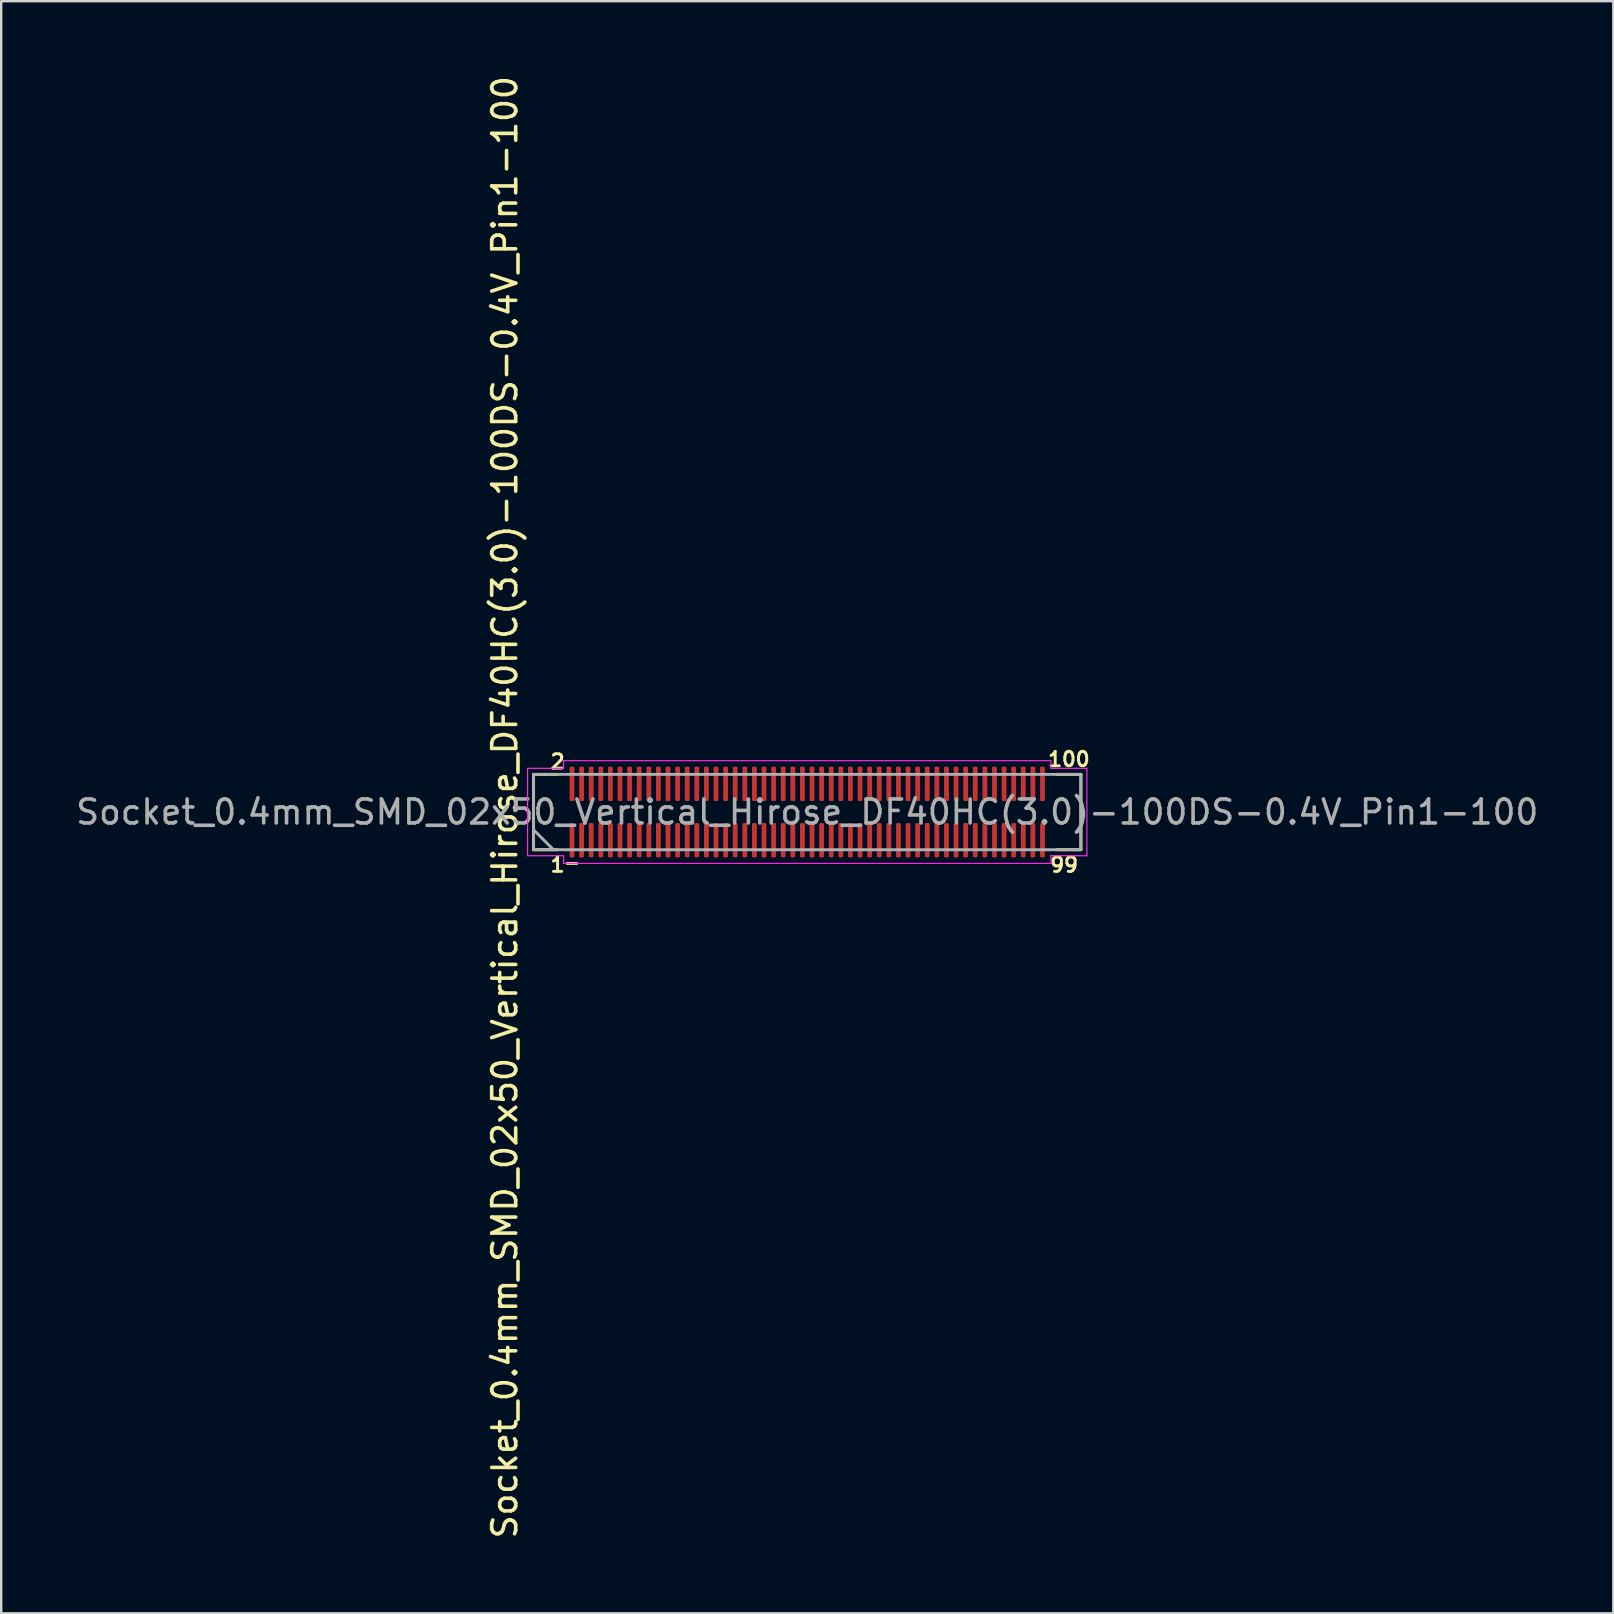
<source format=kicad_pcb>
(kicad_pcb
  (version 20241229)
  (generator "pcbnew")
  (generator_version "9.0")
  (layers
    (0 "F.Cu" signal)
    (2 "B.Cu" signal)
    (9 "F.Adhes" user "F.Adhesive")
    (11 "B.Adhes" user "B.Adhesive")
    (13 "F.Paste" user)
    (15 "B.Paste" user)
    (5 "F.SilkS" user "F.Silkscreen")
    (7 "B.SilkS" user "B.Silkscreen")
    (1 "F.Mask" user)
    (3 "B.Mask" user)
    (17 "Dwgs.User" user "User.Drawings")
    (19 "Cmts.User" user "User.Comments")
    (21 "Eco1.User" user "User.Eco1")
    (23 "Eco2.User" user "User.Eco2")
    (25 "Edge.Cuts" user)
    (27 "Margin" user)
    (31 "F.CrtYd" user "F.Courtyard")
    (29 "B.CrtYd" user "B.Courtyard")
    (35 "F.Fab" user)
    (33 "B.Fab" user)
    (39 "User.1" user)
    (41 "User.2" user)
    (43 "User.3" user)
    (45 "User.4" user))
  (footprint "Socket_0.4mm_SMD_02x50_Vertical_Hirose_DF40HC(3.0)-100DS-0.4V_Pin1-100"
    (layer "F.Cu")
    (at 30.577 30.777)
    (property "Reference" "Socket_0.4mm_SMD_02x50_Vertical_Hirose_DF40HC(3.0)-100DS-0.4V_Pin1-100" (at -12.6 -0.2 270) (layer "F.SilkS") (effects (font (size 1 1) (thickness 0.15))))
    (attr smd)
    (fp_line (start -11.4 -1.57) (end -11.4 1.57) (stroke (width 0.12) (type solid)) (layer "F.SilkS"))
    (fp_line (start -11.4 -1.57) (end -10.4 -1.57) (stroke (width 0.12) (type solid)) (layer "F.SilkS"))
    (fp_line (start -11.4 1.57) (end -10.4 1.57) (stroke (width 0.12) (type solid)) (layer "F.SilkS"))
    (fp_line (start -10 2.14) (end -9.6 2.14) (stroke (width 0.12) (type default)) (layer "F.SilkS"))
    (fp_line (start 11.4 -1.57) (end 10.4 -1.57) (stroke (width 0.12) (type solid)) (layer "F.SilkS"))
    (fp_line (start 11.4 1.57) (end 10.4 1.57) (stroke (width 0.12) (type solid)) (layer "F.SilkS"))
    (fp_line (start 11.4 1.57) (end 11.4 -1.57) (stroke (width 0.12) (type solid)) (layer "F.SilkS"))
    (fp_line (start -11.65 -1.82) (end -11.65 1.82) (stroke (width 0.05) (type default)) (layer "F.CrtYd"))
    (fp_line (start -11.65 1.82) (end -10.15 1.82) (stroke (width 0.05) (type default)) (layer "F.CrtYd"))
    (fp_line (start -10.15 -2.14) (end -10.15 -1.82) (stroke (width 0.05) (type default)) (layer "F.CrtYd"))
    (fp_line (start -10.15 -1.82) (end -11.65 -1.82) (stroke (width 0.05) (type default)) (layer "F.CrtYd"))
    (fp_line (start -10.15 1.82) (end -10.15 2.14) (stroke (width 0.05) (type default)) (layer "F.CrtYd"))
    (fp_line (start -10.15 2.14) (end 10.15 2.14) (stroke (width 0.05) (type default)) (layer "F.CrtYd"))
    (fp_line (start 10.15 -2.14) (end -10.15 -2.14) (stroke (width 0.05) (type default)) (layer "F.CrtYd"))
    (fp_line (start 10.15 -1.82) (end 10.15 -2.14) (stroke (width 0.05) (type default)) (layer "F.CrtYd"))
    (fp_line (start 10.15 1.82) (end 11.65 1.82) (stroke (width 0.05) (type default)) (layer "F.CrtYd"))
    (fp_line (start 10.15 2.14) (end 10.15 1.82) (stroke (width 0.05) (type default)) (layer "F.CrtYd"))
    (fp_line (start 11.65 -1.82) (end 10.15 -1.82) (stroke (width 0.05) (type default)) (layer "F.CrtYd"))
    (fp_line (start 11.65 1.82) (end 11.65 -1.82) (stroke (width 0.05) (type default)) (layer "F.CrtYd"))
    (fp_line (start -10.57 1.57) (end -11.4 0.74) (stroke (width 0.12) (type default)) (layer "F.Fab"))
    (fp_rect (start -11.4 1.57) (end 11.4 -1.57) (stroke (width 0.12) (type default)) (fill no) (layer "F.Fab"))
    (fp_text user "100" (at 10.9 -2.2 0) (layer "F.SilkS") (effects (font (size 0.6 0.6) (thickness 0.12))))
    (fp_text user "2" (at -10.4 -2.1 0) (layer "F.SilkS") (effects (font (size 0.6 0.6) (thickness 0.12))))
    (fp_text user "1" (at -10.4 2.2 180) (layer "F.SilkS") (effects (font (size 0.6 0.6) (thickness 0.12))))
    (fp_text user "99" (at 10.7 2.2 0) (layer "F.SilkS") (effects (font (size 0.6 0.6) (thickness 0.12))))
    (fp_text user "${REFERENCE}" (at 0 0 0) (layer "F.Fab") (effects (font (size 1 1) (thickness 0.15))))
    (pad "" smd roundrect (at -9.8 -1.54) (size 0.2 0.7) (layers "F.Mask") (roundrect_rratio 0.25))
    (pad "" smd roundrect (at -9.8 -1.54) (size 0.2 0.7) (layers "F.Paste") (roundrect_rratio 0.25))
    (pad "" smd roundrect (at -9.8 1.54) (size 0.2 0.7) (layers "F.Mask") (roundrect_rratio 0.25))
    (pad "" smd roundrect (at -9.8 1.54) (size 0.2 0.7) (layers "F.Paste") (roundrect_rratio 0.25))
    (pad "" smd roundrect (at -9.4 -1.54) (size 0.2 0.7) (layers "F.Mask") (roundrect_rratio 0.25))
    (pad "" smd roundrect (at -9.4 -1.54) (size 0.2 0.7) (layers "F.Paste") (roundrect_rratio 0.25))
    (pad "" smd roundrect (at -9.4 1.54) (size 0.2 0.7) (layers "F.Mask") (roundrect_rratio 0.25))
    (pad "" smd roundrect (at -9.4 1.54) (size 0.2 0.7) (layers "F.Paste") (roundrect_rratio 0.25))
    (pad "" smd roundrect (at -9 -1.54) (size 0.2 0.7) (layers "F.Mask") (roundrect_rratio 0.25))
    (pad "" smd roundrect (at -9 -1.54) (size 0.2 0.7) (layers "F.Paste") (roundrect_rratio 0.25))
    (pad "" smd roundrect (at -9 1.54) (size 0.2 0.7) (layers "F.Mask") (roundrect_rratio 0.25))
    (pad "" smd roundrect (at -9 1.54) (size 0.2 0.7) (layers "F.Paste") (roundrect_rratio 0.25))
    (pad "" smd roundrect (at -8.6 -1.54) (size 0.2 0.7) (layers "F.Mask") (roundrect_rratio 0.25))
    (pad "" smd roundrect (at -8.6 -1.54) (size 0.2 0.7) (layers "F.Paste") (roundrect_rratio 0.25))
    (pad "" smd roundrect (at -8.6 1.54) (size 0.2 0.7) (layers "F.Mask") (roundrect_rratio 0.25))
    (pad "" smd roundrect (at -8.6 1.54) (size 0.2 0.7) (layers "F.Paste") (roundrect_rratio 0.25))
    (pad "" smd roundrect (at -8.2 -1.54) (size 0.2 0.7) (layers "F.Mask") (roundrect_rratio 0.25))
    (pad "" smd roundrect (at -8.2 -1.54) (size 0.2 0.7) (layers "F.Paste") (roundrect_rratio 0.25))
    (pad "" smd roundrect (at -8.2 1.54) (size 0.2 0.7) (layers "F.Mask") (roundrect_rratio 0.25))
    (pad "" smd roundrect (at -8.2 1.54) (size 0.2 0.7) (layers "F.Paste") (roundrect_rratio 0.25))
    (pad "" smd roundrect (at -7.8 -1.54) (size 0.2 0.7) (layers "F.Mask") (roundrect_rratio 0.25))
    (pad "" smd roundrect (at -7.8 -1.54) (size 0.2 0.7) (layers "F.Paste") (roundrect_rratio 0.25))
    (pad "" smd roundrect (at -7.8 1.54) (size 0.2 0.7) (layers "F.Mask") (roundrect_rratio 0.25))
    (pad "" smd roundrect (at -7.8 1.54) (size 0.2 0.7) (layers "F.Paste") (roundrect_rratio 0.25))
    (pad "" smd roundrect (at -7.4 -1.54) (size 0.2 0.7) (layers "F.Mask") (roundrect_rratio 0.25))
    (pad "" smd roundrect (at -7.4 -1.54) (size 0.2 0.7) (layers "F.Paste") (roundrect_rratio 0.25))
    (pad "" smd roundrect (at -7.4 1.54) (size 0.2 0.7) (layers "F.Mask") (roundrect_rratio 0.25))
    (pad "" smd roundrect (at -7.4 1.54) (size 0.2 0.7) (layers "F.Paste") (roundrect_rratio 0.25))
    (pad "" smd roundrect (at -7 -1.54) (size 0.2 0.7) (layers "F.Mask") (roundrect_rratio 0.25))
    (pad "" smd roundrect (at -7 -1.54) (size 0.2 0.7) (layers "F.Paste") (roundrect_rratio 0.25))
    (pad "" smd roundrect (at -7 1.54) (size 0.2 0.7) (layers "F.Mask") (roundrect_rratio 0.25))
    (pad "" smd roundrect (at -7 1.54) (size 0.2 0.7) (layers "F.Paste") (roundrect_rratio 0.25))
    (pad "" smd roundrect (at -6.6 -1.54) (size 0.2 0.7) (layers "F.Mask") (roundrect_rratio 0.25))
    (pad "" smd roundrect (at -6.6 -1.54) (size 0.2 0.7) (layers "F.Paste") (roundrect_rratio 0.25))
    (pad "" smd roundrect (at -6.6 1.54) (size 0.2 0.7) (layers "F.Mask") (roundrect_rratio 0.25))
    (pad "" smd roundrect (at -6.6 1.54) (size 0.2 0.7) (layers "F.Paste") (roundrect_rratio 0.25))
    (pad "" smd roundrect (at -6.2 -1.54) (size 0.2 0.7) (layers "F.Mask") (roundrect_rratio 0.25))
    (pad "" smd roundrect (at -6.2 -1.54) (size 0.2 0.7) (layers "F.Paste") (roundrect_rratio 0.25))
    (pad "" smd roundrect (at -6.2 1.54) (size 0.2 0.7) (layers "F.Mask") (roundrect_rratio 0.25))
    (pad "" smd roundrect (at -6.2 1.54) (size 0.2 0.7) (layers "F.Paste") (roundrect_rratio 0.25))
    (pad "" smd roundrect (at -5.8 -1.54) (size 0.2 0.7) (layers "F.Mask") (roundrect_rratio 0.25))
    (pad "" smd roundrect (at -5.8 -1.54) (size 0.2 0.7) (layers "F.Paste") (roundrect_rratio 0.25))
    (pad "" smd roundrect (at -5.8 1.54) (size 0.2 0.7) (layers "F.Mask") (roundrect_rratio 0.25))
    (pad "" smd roundrect (at -5.8 1.54) (size 0.2 0.7) (layers "F.Paste") (roundrect_rratio 0.25))
    (pad "" smd roundrect (at -5.4 -1.54) (size 0.2 0.7) (layers "F.Mask") (roundrect_rratio 0.25))
    (pad "" smd roundrect (at -5.4 -1.54) (size 0.2 0.7) (layers "F.Paste") (roundrect_rratio 0.25))
    (pad "" smd roundrect (at -5.4 1.54) (size 0.2 0.7) (layers "F.Mask") (roundrect_rratio 0.25))
    (pad "" smd roundrect (at -5.4 1.54) (size 0.2 0.7) (layers "F.Paste") (roundrect_rratio 0.25))
    (pad "" smd roundrect (at -5 -1.54) (size 0.2 0.7) (layers "F.Mask") (roundrect_rratio 0.25))
    (pad "" smd roundrect (at -5 -1.54) (size 0.2 0.7) (layers "F.Paste") (roundrect_rratio 0.25))
    (pad "" smd roundrect (at -5 1.54) (size 0.2 0.7) (layers "F.Mask") (roundrect_rratio 0.25))
    (pad "" smd roundrect (at -5 1.54) (size 0.2 0.7) (layers "F.Paste") (roundrect_rratio 0.25))
    (pad "" smd roundrect (at -4.6 -1.54) (size 0.2 0.7) (layers "F.Mask") (roundrect_rratio 0.25))
    (pad "" smd roundrect (at -4.6 -1.54) (size 0.2 0.7) (layers "F.Paste") (roundrect_rratio 0.25))
    (pad "" smd roundrect (at -4.6 1.54) (size 0.2 0.7) (layers "F.Mask") (roundrect_rratio 0.25))
    (pad "" smd roundrect (at -4.6 1.54) (size 0.2 0.7) (layers "F.Paste") (roundrect_rratio 0.25))
    (pad "" smd roundrect (at -4.2 -1.54) (size 0.2 0.7) (layers "F.Mask") (roundrect_rratio 0.25))
    (pad "" smd roundrect (at -4.2 -1.54) (size 0.2 0.7) (layers "F.Paste") (roundrect_rratio 0.25))
    (pad "" smd roundrect (at -4.2 1.54) (size 0.2 0.7) (layers "F.Mask") (roundrect_rratio 0.25))
    (pad "" smd roundrect (at -4.2 1.54) (size 0.2 0.7) (layers "F.Paste") (roundrect_rratio 0.25))
    (pad "" smd roundrect (at -3.8 -1.54) (size 0.2 0.7) (layers "F.Mask") (roundrect_rratio 0.25))
    (pad "" smd roundrect (at -3.8 -1.54) (size 0.2 0.7) (layers "F.Paste") (roundrect_rratio 0.25))
    (pad "" smd roundrect (at -3.8 1.54) (size 0.2 0.7) (layers "F.Mask") (roundrect_rratio 0.25))
    (pad "" smd roundrect (at -3.8 1.54) (size 0.2 0.7) (layers "F.Paste") (roundrect_rratio 0.25))
    (pad "" smd roundrect (at -3.4 -1.54) (size 0.2 0.7) (layers "F.Mask") (roundrect_rratio 0.25))
    (pad "" smd roundrect (at -3.4 -1.54) (size 0.2 0.7) (layers "F.Paste") (roundrect_rratio 0.25))
    (pad "" smd roundrect (at -3.4 1.54) (size 0.2 0.7) (layers "F.Mask") (roundrect_rratio 0.25))
    (pad "" smd roundrect (at -3.4 1.54) (size 0.2 0.7) (layers "F.Paste") (roundrect_rratio 0.25))
    (pad "" smd roundrect (at -3 -1.54) (size 0.2 0.7) (layers "F.Mask") (roundrect_rratio 0.25))
    (pad "" smd roundrect (at -3 -1.54) (size 0.2 0.7) (layers "F.Paste") (roundrect_rratio 0.25))
    (pad "" smd roundrect (at -3 1.54) (size 0.2 0.7) (layers "F.Mask") (roundrect_rratio 0.25))
    (pad "" smd roundrect (at -3 1.54) (size 0.2 0.7) (layers "F.Paste") (roundrect_rratio 0.25))
    (pad "" smd roundrect (at -2.6 -1.54) (size 0.2 0.7) (layers "F.Mask") (roundrect_rratio 0.25))
    (pad "" smd roundrect (at -2.6 -1.54) (size 0.2 0.7) (layers "F.Paste") (roundrect_rratio 0.25))
    (pad "" smd roundrect (at -2.6 1.54) (size 0.2 0.7) (layers "F.Mask") (roundrect_rratio 0.25))
    (pad "" smd roundrect (at -2.6 1.54) (size 0.2 0.7) (layers "F.Paste") (roundrect_rratio 0.25))
    (pad "" smd roundrect (at -2.2 -1.54) (size 0.2 0.7) (layers "F.Mask") (roundrect_rratio 0.25))
    (pad "" smd roundrect (at -2.2 -1.54) (size 0.2 0.7) (layers "F.Paste") (roundrect_rratio 0.25))
    (pad "" smd roundrect (at -2.2 1.54) (size 0.2 0.7) (layers "F.Mask") (roundrect_rratio 0.25))
    (pad "" smd roundrect (at -2.2 1.54) (size 0.2 0.7) (layers "F.Paste") (roundrect_rratio 0.25))
    (pad "" smd roundrect (at -1.8 -1.54) (size 0.2 0.7) (layers "F.Mask") (roundrect_rratio 0.25))
    (pad "" smd roundrect (at -1.8 -1.54) (size 0.2 0.7) (layers "F.Paste") (roundrect_rratio 0.25))
    (pad "" smd roundrect (at -1.8 1.54) (size 0.2 0.7) (layers "F.Mask") (roundrect_rratio 0.25))
    (pad "" smd roundrect (at -1.8 1.54) (size 0.2 0.7) (layers "F.Paste") (roundrect_rratio 0.25))
    (pad "" smd roundrect (at -1.4 -1.54) (size 0.2 0.7) (layers "F.Mask") (roundrect_rratio 0.25))
    (pad "" smd roundrect (at -1.4 -1.54) (size 0.2 0.7) (layers "F.Paste") (roundrect_rratio 0.25))
    (pad "" smd roundrect (at -1.4 1.54) (size 0.2 0.7) (layers "F.Mask") (roundrect_rratio 0.25))
    (pad "" smd roundrect (at -1.4 1.54) (size 0.2 0.7) (layers "F.Paste") (roundrect_rratio 0.25))
    (pad "" smd roundrect (at -1 -1.54) (size 0.2 0.7) (layers "F.Mask") (roundrect_rratio 0.25))
    (pad "" smd roundrect (at -1 -1.54) (size 0.2 0.7) (layers "F.Paste") (roundrect_rratio 0.25))
    (pad "" smd roundrect (at -1 1.54) (size 0.2 0.7) (layers "F.Mask") (roundrect_rratio 0.25))
    (pad "" smd roundrect (at -1 1.54) (size 0.2 0.7) (layers "F.Paste") (roundrect_rratio 0.25))
    (pad "" smd roundrect (at -0.6 -1.54) (size 0.2 0.7) (layers "F.Mask") (roundrect_rratio 0.25))
    (pad "" smd roundrect (at -0.6 -1.54) (size 0.2 0.7) (layers "F.Paste") (roundrect_rratio 0.25))
    (pad "" smd roundrect (at -0.6 1.54) (size 0.2 0.7) (layers "F.Mask") (roundrect_rratio 0.25))
    (pad "" smd roundrect (at -0.6 1.54) (size 0.2 0.7) (layers "F.Paste") (roundrect_rratio 0.25))
    (pad "" smd roundrect (at -0.2 -1.54) (size 0.2 0.7) (layers "F.Mask") (roundrect_rratio 0.25))
    (pad "" smd roundrect (at -0.2 -1.54) (size 0.2 0.7) (layers "F.Paste") (roundrect_rratio 0.25))
    (pad "" smd roundrect (at -0.2 1.54) (size 0.2 0.7) (layers "F.Mask") (roundrect_rratio 0.25))
    (pad "" smd roundrect (at -0.2 1.54) (size 0.2 0.7) (layers "F.Paste") (roundrect_rratio 0.25))
    (pad "" smd roundrect (at 0.2 -1.54) (size 0.2 0.7) (layers "F.Mask") (roundrect_rratio 0.25))
    (pad "" smd roundrect (at 0.2 -1.54) (size 0.2 0.7) (layers "F.Paste") (roundrect_rratio 0.25))
    (pad "" smd roundrect (at 0.2 1.54) (size 0.2 0.7) (layers "F.Mask") (roundrect_rratio 0.25))
    (pad "" smd roundrect (at 0.2 1.54) (size 0.2 0.7) (layers "F.Paste") (roundrect_rratio 0.25))
    (pad "" smd roundrect (at 0.6 -1.54) (size 0.2 0.7) (layers "F.Mask") (roundrect_rratio 0.25))
    (pad "" smd roundrect (at 0.6 -1.54) (size 0.2 0.7) (layers "F.Paste") (roundrect_rratio 0.25))
    (pad "" smd roundrect (at 0.6 1.54) (size 0.2 0.7) (layers "F.Mask") (roundrect_rratio 0.25))
    (pad "" smd roundrect (at 0.6 1.54) (size 0.2 0.7) (layers "F.Paste") (roundrect_rratio 0.25))
    (pad "" smd roundrect (at 1 -1.54) (size 0.2 0.7) (layers "F.Mask") (roundrect_rratio 0.25))
    (pad "" smd roundrect (at 1 -1.54) (size 0.2 0.7) (layers "F.Paste") (roundrect_rratio 0.25))
    (pad "" smd roundrect (at 1 1.54) (size 0.2 0.7) (layers "F.Mask") (roundrect_rratio 0.25))
    (pad "" smd roundrect (at 1 1.54) (size 0.2 0.7) (layers "F.Paste") (roundrect_rratio 0.25))
    (pad "" smd roundrect (at 1.4 -1.54) (size 0.2 0.7) (layers "F.Mask") (roundrect_rratio 0.25))
    (pad "" smd roundrect (at 1.4 -1.54) (size 0.2 0.7) (layers "F.Paste") (roundrect_rratio 0.25))
    (pad "" smd roundrect (at 1.4 1.54) (size 0.2 0.7) (layers "F.Mask") (roundrect_rratio 0.25))
    (pad "" smd roundrect (at 1.4 1.54) (size 0.2 0.7) (layers "F.Paste") (roundrect_rratio 0.25))
    (pad "" smd roundrect (at 1.8 -1.54) (size 0.2 0.7) (layers "F.Mask") (roundrect_rratio 0.25))
    (pad "" smd roundrect (at 1.8 -1.54) (size 0.2 0.7) (layers "F.Paste") (roundrect_rratio 0.25))
    (pad "" smd roundrect (at 1.8 1.54) (size 0.2 0.7) (layers "F.Mask") (roundrect_rratio 0.25))
    (pad "" smd roundrect (at 1.8 1.54) (size 0.2 0.7) (layers "F.Paste") (roundrect_rratio 0.25))
    (pad "" smd roundrect (at 2.2 -1.54) (size 0.2 0.7) (layers "F.Mask") (roundrect_rratio 0.25))
    (pad "" smd roundrect (at 2.2 -1.54) (size 0.2 0.7) (layers "F.Paste") (roundrect_rratio 0.25))
    (pad "" smd roundrect (at 2.2 1.54) (size 0.2 0.7) (layers "F.Mask") (roundrect_rratio 0.25))
    (pad "" smd roundrect (at 2.2 1.54) (size 0.2 0.7) (layers "F.Paste") (roundrect_rratio 0.25))
    (pad "" smd roundrect (at 2.6 -1.54) (size 0.2 0.7) (layers "F.Mask") (roundrect_rratio 0.25))
    (pad "" smd roundrect (at 2.6 -1.54) (size 0.2 0.7) (layers "F.Paste") (roundrect_rratio 0.25))
    (pad "" smd roundrect (at 2.6 1.54) (size 0.2 0.7) (layers "F.Mask") (roundrect_rratio 0.25))
    (pad "" smd roundrect (at 2.6 1.54) (size 0.2 0.7) (layers "F.Paste") (roundrect_rratio 0.25))
    (pad "" smd roundrect (at 3 -1.54) (size 0.2 0.7) (layers "F.Mask") (roundrect_rratio 0.25))
    (pad "" smd roundrect (at 3 -1.54) (size 0.2 0.7) (layers "F.Paste") (roundrect_rratio 0.25))
    (pad "" smd roundrect (at 3 1.54) (size 0.2 0.7) (layers "F.Mask") (roundrect_rratio 0.25))
    (pad "" smd roundrect (at 3 1.54) (size 0.2 0.7) (layers "F.Paste") (roundrect_rratio 0.25))
    (pad "" smd roundrect (at 3.4 -1.54) (size 0.2 0.7) (layers "F.Mask") (roundrect_rratio 0.25))
    (pad "" smd roundrect (at 3.4 -1.54) (size 0.2 0.7) (layers "F.Paste") (roundrect_rratio 0.25))
    (pad "" smd roundrect (at 3.4 1.54) (size 0.2 0.7) (layers "F.Mask") (roundrect_rratio 0.25))
    (pad "" smd roundrect (at 3.4 1.54) (size 0.2 0.7) (layers "F.Paste") (roundrect_rratio 0.25))
    (pad "" smd roundrect (at 3.8 -1.54) (size 0.2 0.7) (layers "F.Mask") (roundrect_rratio 0.25))
    (pad "" smd roundrect (at 3.8 -1.54) (size 0.2 0.7) (layers "F.Paste") (roundrect_rratio 0.25))
    (pad "" smd roundrect (at 3.8 1.54) (size 0.2 0.7) (layers "F.Mask") (roundrect_rratio 0.25))
    (pad "" smd roundrect (at 3.8 1.54) (size 0.2 0.7) (layers "F.Paste") (roundrect_rratio 0.25))
    (pad "" smd roundrect (at 4.2 -1.54) (size 0.2 0.7) (layers "F.Mask") (roundrect_rratio 0.25))
    (pad "" smd roundrect (at 4.2 -1.54) (size 0.2 0.7) (layers "F.Paste") (roundrect_rratio 0.25))
    (pad "" smd roundrect (at 4.2 1.54) (size 0.2 0.7) (layers "F.Mask") (roundrect_rratio 0.25))
    (pad "" smd roundrect (at 4.2 1.54) (size 0.2 0.7) (layers "F.Paste") (roundrect_rratio 0.25))
    (pad "" smd roundrect (at 4.6 -1.54) (size 0.2 0.7) (layers "F.Mask") (roundrect_rratio 0.25))
    (pad "" smd roundrect (at 4.6 -1.54) (size 0.2 0.7) (layers "F.Paste") (roundrect_rratio 0.25))
    (pad "" smd roundrect (at 4.6 1.54) (size 0.2 0.7) (layers "F.Mask") (roundrect_rratio 0.25))
    (pad "" smd roundrect (at 4.6 1.54) (size 0.2 0.7) (layers "F.Paste") (roundrect_rratio 0.25))
    (pad "" smd roundrect (at 5 -1.54) (size 0.2 0.7) (layers "F.Mask") (roundrect_rratio 0.25))
    (pad "" smd roundrect (at 5 -1.54) (size 0.2 0.7) (layers "F.Paste") (roundrect_rratio 0.25))
    (pad "" smd roundrect (at 5 1.54) (size 0.2 0.7) (layers "F.Mask") (roundrect_rratio 0.25))
    (pad "" smd roundrect (at 5 1.54) (size 0.2 0.7) (layers "F.Paste") (roundrect_rratio 0.25))
    (pad "" smd roundrect (at 5.4 -1.54) (size 0.2 0.7) (layers "F.Mask") (roundrect_rratio 0.25))
    (pad "" smd roundrect (at 5.4 -1.54) (size 0.2 0.7) (layers "F.Paste") (roundrect_rratio 0.25))
    (pad "" smd roundrect (at 5.4 1.54) (size 0.2 0.7) (layers "F.Mask") (roundrect_rratio 0.25))
    (pad "" smd roundrect (at 5.4 1.54) (size 0.2 0.7) (layers "F.Paste") (roundrect_rratio 0.25))
    (pad "" smd roundrect (at 5.8 -1.54) (size 0.2 0.7) (layers "F.Mask") (roundrect_rratio 0.25))
    (pad "" smd roundrect (at 5.8 -1.54) (size 0.2 0.7) (layers "F.Paste") (roundrect_rratio 0.25))
    (pad "" smd roundrect (at 5.8 1.54) (size 0.2 0.7) (layers "F.Mask") (roundrect_rratio 0.25))
    (pad "" smd roundrect (at 5.8 1.54) (size 0.2 0.7) (layers "F.Paste") (roundrect_rratio 0.25))
    (pad "" smd roundrect (at 6.2 -1.54) (size 0.2 0.7) (layers "F.Mask") (roundrect_rratio 0.25))
    (pad "" smd roundrect (at 6.2 -1.54) (size 0.2 0.7) (layers "F.Paste") (roundrect_rratio 0.25))
    (pad "" smd roundrect (at 6.2 1.54) (size 0.2 0.7) (layers "F.Mask") (roundrect_rratio 0.25))
    (pad "" smd roundrect (at 6.2 1.54) (size 0.2 0.7) (layers "F.Paste") (roundrect_rratio 0.25))
    (pad "" smd roundrect (at 6.6 -1.54) (size 0.2 0.7) (layers "F.Mask") (roundrect_rratio 0.25))
    (pad "" smd roundrect (at 6.6 -1.54) (size 0.2 0.7) (layers "F.Paste") (roundrect_rratio 0.25))
    (pad "" smd roundrect (at 6.6 1.54) (size 0.2 0.7) (layers "F.Mask") (roundrect_rratio 0.25))
    (pad "" smd roundrect (at 6.6 1.54) (size 0.2 0.7) (layers "F.Paste") (roundrect_rratio 0.25))
    (pad "" smd roundrect (at 7 -1.54) (size 0.2 0.7) (layers "F.Mask") (roundrect_rratio 0.25))
    (pad "" smd roundrect (at 7 -1.54) (size 0.2 0.7) (layers "F.Paste") (roundrect_rratio 0.25))
    (pad "" smd roundrect (at 7 1.54) (size 0.2 0.7) (layers "F.Mask") (roundrect_rratio 0.25))
    (pad "" smd roundrect (at 7 1.54) (size 0.2 0.7) (layers "F.Paste") (roundrect_rratio 0.25))
    (pad "" smd roundrect (at 7.4 -1.54) (size 0.2 0.7) (layers "F.Mask") (roundrect_rratio 0.25))
    (pad "" smd roundrect (at 7.4 -1.54) (size 0.2 0.7) (layers "F.Paste") (roundrect_rratio 0.25))
    (pad "" smd roundrect (at 7.4 1.54) (size 0.2 0.7) (layers "F.Mask") (roundrect_rratio 0.25))
    (pad "" smd roundrect (at 7.4 1.54) (size 0.2 0.7) (layers "F.Paste") (roundrect_rratio 0.25))
    (pad "" smd roundrect (at 7.8 -1.54) (size 0.2 0.7) (layers "F.Mask") (roundrect_rratio 0.25))
    (pad "" smd roundrect (at 7.8 -1.54) (size 0.2 0.7) (layers "F.Paste") (roundrect_rratio 0.25))
    (pad "" smd roundrect (at 7.8 1.54) (size 0.2 0.7) (layers "F.Mask") (roundrect_rratio 0.25))
    (pad "" smd roundrect (at 7.8 1.54) (size 0.2 0.7) (layers "F.Paste") (roundrect_rratio 0.25))
    (pad "" smd roundrect (at 8.2 -1.54) (size 0.2 0.7) (layers "F.Mask") (roundrect_rratio 0.25))
    (pad "" smd roundrect (at 8.2 -1.54) (size 0.2 0.7) (layers "F.Paste") (roundrect_rratio 0.25))
    (pad "" smd roundrect (at 8.2 1.54) (size 0.2 0.7) (layers "F.Mask") (roundrect_rratio 0.25))
    (pad "" smd roundrect (at 8.2 1.54) (size 0.2 0.7) (layers "F.Paste") (roundrect_rratio 0.25))
    (pad "" smd roundrect (at 8.6 -1.54) (size 0.2 0.7) (layers "F.Mask") (roundrect_rratio 0.25))
    (pad "" smd roundrect (at 8.6 -1.54) (size 0.2 0.7) (layers "F.Paste") (roundrect_rratio 0.25))
    (pad "" smd roundrect (at 8.6 1.54) (size 0.2 0.7) (layers "F.Mask") (roundrect_rratio 0.25))
    (pad "" smd roundrect (at 8.6 1.54) (size 0.2 0.7) (layers "F.Paste") (roundrect_rratio 0.25))
    (pad "" smd roundrect (at 9 -1.54) (size 0.2 0.7) (layers "F.Mask") (roundrect_rratio 0.25))
    (pad "" smd roundrect (at 9 -1.54) (size 0.2 0.7) (layers "F.Paste") (roundrect_rratio 0.25))
    (pad "" smd roundrect (at 9 1.54) (size 0.2 0.7) (layers "F.Mask") (roundrect_rratio 0.25))
    (pad "" smd roundrect (at 9 1.54) (size 0.2 0.7) (layers "F.Paste") (roundrect_rratio 0.25))
    (pad "" smd roundrect (at 9.4 -1.54) (size 0.2 0.7) (layers "F.Mask") (roundrect_rratio 0.25))
    (pad "" smd roundrect (at 9.4 -1.54) (size 0.2 0.7) (layers "F.Paste") (roundrect_rratio 0.25))
    (pad "" smd roundrect (at 9.4 1.54) (size 0.2 0.7) (layers "F.Mask") (roundrect_rratio 0.25))
    (pad "" smd roundrect (at 9.4 1.54) (size 0.2 0.7) (layers "F.Paste") (roundrect_rratio 0.25))
    (pad "" smd roundrect (at 9.8 -1.54) (size 0.2 0.7) (layers "F.Mask") (roundrect_rratio 0.25))
    (pad "" smd roundrect (at 9.8 -1.54) (size 0.2 0.7) (layers "F.Paste") (roundrect_rratio 0.25))
    (pad "" smd roundrect (at 9.8 1.54) (size 0.2 0.7) (layers "F.Mask") (roundrect_rratio 0.25))
    (pad "" smd roundrect (at 9.8 1.54) (size 0.2 0.7) (layers "F.Paste") (roundrect_rratio 0.25))
    (pad "1" smd roundrect (at -9.8 1.175) (size 0.2 1.43) (layers "F.Cu") (roundrect_rratio 0.25))
    (pad "2" smd roundrect (at -9.8 -1.175) (size 0.2 1.43) (layers "F.Cu") (roundrect_rratio 0.25))
    (pad "3" smd roundrect (at -9.4 1.175) (size 0.2 1.43) (layers "F.Cu") (roundrect_rratio 0.25))
    (pad "4" smd roundrect (at -9.4 -1.175) (size 0.2 1.43) (layers "F.Cu") (roundrect_rratio 0.25))
    (pad "5" smd roundrect (at -9 1.175) (size 0.2 1.43) (layers "F.Cu") (roundrect_rratio 0.25))
    (pad "6" smd roundrect (at -9 -1.175) (size 0.2 1.43) (layers "F.Cu") (roundrect_rratio 0.25))
    (pad "7" smd roundrect (at -8.6 1.175) (size 0.2 1.43) (layers "F.Cu") (roundrect_rratio 0.25))
    (pad "8" smd roundrect (at -8.6 -1.175) (size 0.2 1.43) (layers "F.Cu") (roundrect_rratio 0.25))
    (pad "9" smd roundrect (at -8.2 1.175) (size 0.2 1.43) (layers "F.Cu") (roundrect_rratio 0.25))
    (pad "10" smd roundrect (at -8.2 -1.175) (size 0.2 1.43) (layers "F.Cu") (roundrect_rratio 0.25))
    (pad "11" smd roundrect (at -7.8 1.175) (size 0.2 1.43) (layers "F.Cu") (roundrect_rratio 0.25))
    (pad "12" smd roundrect (at -7.8 -1.175) (size 0.2 1.43) (layers "F.Cu") (roundrect_rratio 0.25))
    (pad "13" smd roundrect (at -7.4 1.175) (size 0.2 1.43) (layers "F.Cu") (roundrect_rratio 0.25))
    (pad "14" smd roundrect (at -7.4 -1.175) (size 0.2 1.43) (layers "F.Cu") (roundrect_rratio 0.25))
    (pad "15" smd roundrect (at -7 1.175) (size 0.2 1.43) (layers "F.Cu") (roundrect_rratio 0.25))
    (pad "16" smd roundrect (at -7 -1.175) (size 0.2 1.43) (layers "F.Cu") (roundrect_rratio 0.25))
    (pad "17" smd roundrect (at -6.6 1.175) (size 0.2 1.43) (layers "F.Cu") (roundrect_rratio 0.25))
    (pad "18" smd roundrect (at -6.6 -1.175) (size 0.2 1.43) (layers "F.Cu") (roundrect_rratio 0.25))
    (pad "19" smd roundrect (at -6.2 1.175) (size 0.2 1.43) (layers "F.Cu") (roundrect_rratio 0.25))
    (pad "20" smd roundrect (at -6.2 -1.175) (size 0.2 1.43) (layers "F.Cu") (roundrect_rratio 0.25))
    (pad "21" smd roundrect (at -5.8 1.175) (size 0.2 1.43) (layers "F.Cu") (roundrect_rratio 0.25))
    (pad "22" smd roundrect (at -5.8 -1.175) (size 0.2 1.43) (layers "F.Cu") (roundrect_rratio 0.25))
    (pad "23" smd roundrect (at -5.4 1.175) (size 0.2 1.43) (layers "F.Cu") (roundrect_rratio 0.25))
    (pad "24" smd roundrect (at -5.4 -1.175) (size 0.2 1.43) (layers "F.Cu") (roundrect_rratio 0.25))
    (pad "25" smd roundrect (at -5 1.175) (size 0.2 1.43) (layers "F.Cu") (roundrect_rratio 0.25))
    (pad "26" smd roundrect (at -5 -1.175) (size 0.2 1.43) (layers "F.Cu") (roundrect_rratio 0.25))
    (pad "27" smd roundrect (at -4.6 1.175) (size 0.2 1.43) (layers "F.Cu") (roundrect_rratio 0.25))
    (pad "28" smd roundrect (at -4.6 -1.175) (size 0.2 1.43) (layers "F.Cu") (roundrect_rratio 0.25))
    (pad "29" smd roundrect (at -4.2 1.175) (size 0.2 1.43) (layers "F.Cu") (roundrect_rratio 0.25))
    (pad "30" smd roundrect (at -4.2 -1.175) (size 0.2 1.43) (layers "F.Cu") (roundrect_rratio 0.25))
    (pad "31" smd roundrect (at -3.8 1.175) (size 0.2 1.43) (layers "F.Cu") (roundrect_rratio 0.25))
    (pad "32" smd roundrect (at -3.8 -1.175) (size 0.2 1.43) (layers "F.Cu") (roundrect_rratio 0.25))
    (pad "33" smd roundrect (at -3.4 1.175) (size 0.2 1.43) (layers "F.Cu") (roundrect_rratio 0.25))
    (pad "34" smd roundrect (at -3.4 -1.175) (size 0.2 1.43) (layers "F.Cu") (roundrect_rratio 0.25))
    (pad "35" smd roundrect (at -3 1.175) (size 0.2 1.43) (layers "F.Cu") (roundrect_rratio 0.25))
    (pad "36" smd roundrect (at -3 -1.175) (size 0.2 1.43) (layers "F.Cu") (roundrect_rratio 0.25))
    (pad "37" smd roundrect (at -2.6 1.175) (size 0.2 1.43) (layers "F.Cu") (roundrect_rratio 0.25))
    (pad "38" smd roundrect (at -2.6 -1.175) (size 0.2 1.43) (layers "F.Cu") (roundrect_rratio 0.25))
    (pad "39" smd roundrect (at -2.2 1.175) (size 0.2 1.43) (layers "F.Cu") (roundrect_rratio 0.25))
    (pad "40" smd roundrect (at -2.2 -1.175) (size 0.2 1.43) (layers "F.Cu") (roundrect_rratio 0.25))
    (pad "41" smd roundrect (at -1.8 1.175) (size 0.2 1.43) (layers "F.Cu") (roundrect_rratio 0.25))
    (pad "42" smd roundrect (at -1.8 -1.175) (size 0.2 1.43) (layers "F.Cu") (roundrect_rratio 0.25))
    (pad "43" smd roundrect (at -1.4 1.175) (size 0.2 1.43) (layers "F.Cu") (roundrect_rratio 0.25))
    (pad "44" smd roundrect (at -1.4 -1.175) (size 0.2 1.43) (layers "F.Cu") (roundrect_rratio 0.25))
    (pad "45" smd roundrect (at -1 1.175) (size 0.2 1.43) (layers "F.Cu") (roundrect_rratio 0.25))
    (pad "46" smd roundrect (at -1 -1.175) (size 0.2 1.43) (layers "F.Cu") (roundrect_rratio 0.25))
    (pad "47" smd roundrect (at -0.6 1.175) (size 0.2 1.43) (layers "F.Cu") (roundrect_rratio 0.25))
    (pad "48" smd roundrect (at -0.6 -1.175) (size 0.2 1.43) (layers "F.Cu") (roundrect_rratio 0.25))
    (pad "49" smd roundrect (at -0.2 1.175) (size 0.2 1.43) (layers "F.Cu") (roundrect_rratio 0.25))
    (pad "50" smd roundrect (at -0.2 -1.175) (size 0.2 1.43) (layers "F.Cu") (roundrect_rratio 0.25))
    (pad "51" smd roundrect (at 0.2 1.175) (size 0.2 1.43) (layers "F.Cu") (roundrect_rratio 0.25))
    (pad "52" smd roundrect (at 0.2 -1.175) (size 0.2 1.43) (layers "F.Cu") (roundrect_rratio 0.25))
    (pad "53" smd roundrect (at 0.6 1.175) (size 0.2 1.43) (layers "F.Cu") (roundrect_rratio 0.25))
    (pad "54" smd roundrect (at 0.6 -1.175) (size 0.2 1.43) (layers "F.Cu") (roundrect_rratio 0.25))
    (pad "55" smd roundrect (at 1 1.175) (size 0.2 1.43) (layers "F.Cu") (roundrect_rratio 0.25))
    (pad "56" smd roundrect (at 1 -1.175) (size 0.2 1.43) (layers "F.Cu") (roundrect_rratio 0.25))
    (pad "57" smd roundrect (at 1.4 1.175) (size 0.2 1.43) (layers "F.Cu") (roundrect_rratio 0.25))
    (pad "58" smd roundrect (at 1.4 -1.175) (size 0.2 1.43) (layers "F.Cu") (roundrect_rratio 0.25))
    (pad "59" smd roundrect (at 1.8 1.175) (size 0.2 1.43) (layers "F.Cu") (roundrect_rratio 0.25))
    (pad "60" smd roundrect (at 1.8 -1.175) (size 0.2 1.43) (layers "F.Cu") (roundrect_rratio 0.25))
    (pad "61" smd roundrect (at 2.2 1.175) (size 0.2 1.43) (layers "F.Cu") (roundrect_rratio 0.25))
    (pad "62" smd roundrect (at 2.2 -1.175) (size 0.2 1.43) (layers "F.Cu") (roundrect_rratio 0.25))
    (pad "63" smd roundrect (at 2.6 1.175) (size 0.2 1.43) (layers "F.Cu") (roundrect_rratio 0.25))
    (pad "64" smd roundrect (at 2.6 -1.175) (size 0.2 1.43) (layers "F.Cu") (roundrect_rratio 0.25))
    (pad "65" smd roundrect (at 3 1.175) (size 0.2 1.43) (layers "F.Cu") (roundrect_rratio 0.25))
    (pad "66" smd roundrect (at 3 -1.175) (size 0.2 1.43) (layers "F.Cu") (roundrect_rratio 0.25))
    (pad "67" smd roundrect (at 3.4 1.175) (size 0.2 1.43) (layers "F.Cu") (roundrect_rratio 0.25))
    (pad "68" smd roundrect (at 3.4 -1.175) (size 0.2 1.43) (layers "F.Cu") (roundrect_rratio 0.25))
    (pad "69" smd roundrect (at 3.8 1.175) (size 0.2 1.43) (layers "F.Cu") (roundrect_rratio 0.25))
    (pad "70" smd roundrect (at 3.8 -1.175) (size 0.2 1.43) (layers "F.Cu") (roundrect_rratio 0.25))
    (pad "71" smd roundrect (at 4.2 1.175) (size 0.2 1.43) (layers "F.Cu") (roundrect_rratio 0.25))
    (pad "72" smd roundrect (at 4.2 -1.175) (size 0.2 1.43) (layers "F.Cu") (roundrect_rratio 0.25))
    (pad "73" smd roundrect (at 4.6 1.175) (size 0.2 1.43) (layers "F.Cu") (roundrect_rratio 0.25))
    (pad "74" smd roundrect (at 4.6 -1.175) (size 0.2 1.43) (layers "F.Cu") (roundrect_rratio 0.25))
    (pad "75" smd roundrect (at 5 1.175) (size 0.2 1.43) (layers "F.Cu") (roundrect_rratio 0.25))
    (pad "76" smd roundrect (at 5 -1.175) (size 0.2 1.43) (layers "F.Cu") (roundrect_rratio 0.25))
    (pad "77" smd roundrect (at 5.4 1.175) (size 0.2 1.43) (layers "F.Cu") (roundrect_rratio 0.25))
    (pad "78" smd roundrect (at 5.4 -1.175) (size 0.2 1.43) (layers "F.Cu") (roundrect_rratio 0.25))
    (pad "79" smd roundrect (at 5.8 1.175) (size 0.2 1.43) (layers "F.Cu") (roundrect_rratio 0.25))
    (pad "80" smd roundrect (at 5.8 -1.175) (size 0.2 1.43) (layers "F.Cu") (roundrect_rratio 0.25))
    (pad "81" smd roundrect (at 6.2 1.175) (size 0.2 1.43) (layers "F.Cu") (roundrect_rratio 0.25))
    (pad "82" smd roundrect (at 6.2 -1.175) (size 0.2 1.43) (layers "F.Cu") (roundrect_rratio 0.25))
    (pad "83" smd roundrect (at 6.6 1.175) (size 0.2 1.43) (layers "F.Cu") (roundrect_rratio 0.25))
    (pad "84" smd roundrect (at 6.6 -1.175) (size 0.2 1.43) (layers "F.Cu") (roundrect_rratio 0.25))
    (pad "85" smd roundrect (at 7 1.175) (size 0.2 1.43) (layers "F.Cu") (roundrect_rratio 0.25))
    (pad "86" smd roundrect (at 7 -1.175) (size 0.2 1.43) (layers "F.Cu") (roundrect_rratio 0.25))
    (pad "87" smd roundrect (at 7.4 1.175) (size 0.2 1.43) (layers "F.Cu") (roundrect_rratio 0.25))
    (pad "88" smd roundrect (at 7.4 -1.175) (size 0.2 1.43) (layers "F.Cu") (roundrect_rratio 0.25))
    (pad "89" smd roundrect (at 7.8 1.175) (size 0.2 1.43) (layers "F.Cu") (roundrect_rratio 0.25))
    (pad "90" smd roundrect (at 7.8 -1.175) (size 0.2 1.43) (layers "F.Cu") (roundrect_rratio 0.25))
    (pad "91" smd roundrect (at 8.2 1.175) (size 0.2 1.43) (layers "F.Cu") (roundrect_rratio 0.25))
    (pad "92" smd roundrect (at 8.2 -1.175) (size 0.2 1.43) (layers "F.Cu") (roundrect_rratio 0.25))
    (pad "93" smd roundrect (at 8.6 1.175) (size 0.2 1.43) (layers "F.Cu") (roundrect_rratio 0.25))
    (pad "94" smd roundrect (at 8.6 -1.175) (size 0.2 1.43) (layers "F.Cu") (roundrect_rratio 0.25))
    (pad "95" smd roundrect (at 9 1.175) (size 0.2 1.43) (layers "F.Cu") (roundrect_rratio 0.25))
    (pad "96" smd roundrect (at 9 -1.175) (size 0.2 1.43) (layers "F.Cu") (roundrect_rratio 0.25))
    (pad "97" smd roundrect (at 9.4 1.175) (size 0.2 1.43) (layers "F.Cu") (roundrect_rratio 0.25))
    (pad "98" smd roundrect (at 9.4 -1.175) (size 0.2 1.43) (layers "F.Cu") (roundrect_rratio 0.25))
    (pad "99" smd roundrect (at 9.8 1.175) (size 0.2 1.43) (layers "F.Cu") (roundrect_rratio 0.25))
    (pad "100" smd roundrect (at 9.8 -1.175) (size 0.2 1.43) (layers "F.Cu") (roundrect_rratio 0.25)))
  (gr_rect
    (start -3 -3)
    (end 64.155 64.155)
    (stroke (width 0.1) (type default))
    (fill no)
    (layer "Edge.Cuts")))
</source>
